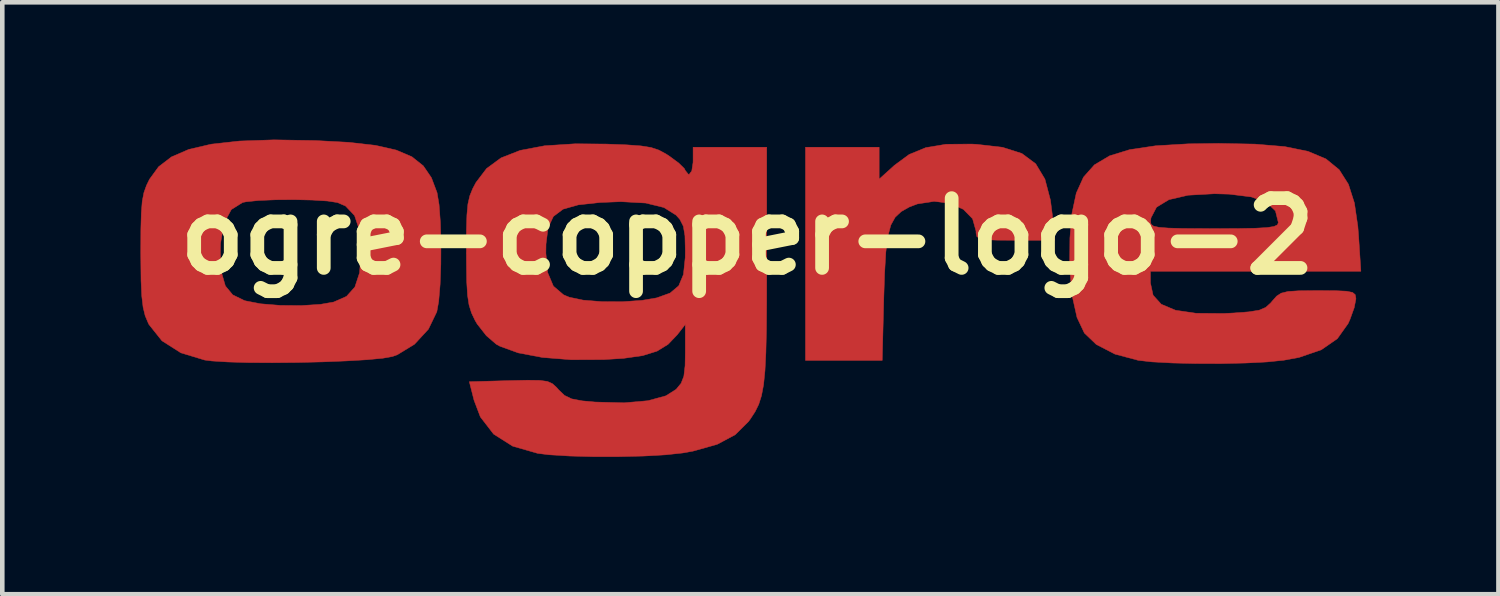
<source format=kicad_pcb>
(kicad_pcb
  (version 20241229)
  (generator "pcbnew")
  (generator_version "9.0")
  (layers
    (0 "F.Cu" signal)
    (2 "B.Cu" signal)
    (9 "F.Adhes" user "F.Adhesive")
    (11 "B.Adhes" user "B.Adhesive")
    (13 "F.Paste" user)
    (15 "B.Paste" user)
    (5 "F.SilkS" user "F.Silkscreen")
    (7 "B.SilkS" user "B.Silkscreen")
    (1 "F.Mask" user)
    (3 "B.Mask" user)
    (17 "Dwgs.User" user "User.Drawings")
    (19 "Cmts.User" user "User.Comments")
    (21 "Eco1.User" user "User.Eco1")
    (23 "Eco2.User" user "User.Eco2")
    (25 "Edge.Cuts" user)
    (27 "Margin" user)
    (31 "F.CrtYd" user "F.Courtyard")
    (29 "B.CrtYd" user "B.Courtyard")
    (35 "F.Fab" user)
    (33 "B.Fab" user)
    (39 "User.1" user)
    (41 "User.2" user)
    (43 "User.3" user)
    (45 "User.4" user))
  (footprint "ogre-copper-logo-2"
    (layer "F.Cu")
    (at 13.275 2.113)
    (property "Reference" "ogre-copper-logo-2" (at 0 0 0) (layer "F.SilkS") (effects (font (size 1.524 1.524) (thickness 0.3))))
    (attr through_hole)
    (fp_poly (pts (xy 5.011 -2.01) (xy 5.575 -1.945) (xy 5.997 -1.81) (xy 6.299 -1.585) (xy 6.5 -1.251) (xy 6.621 -0.791) (xy 6.661 -0.476) (xy 6.713 0.085) (xy 5.854 0.085) (xy 5.467 0.083) (xy 5.218 0.074) (xy 5.077 0.05) (xy 5.013 0.004) (xy 4.996 -0.072) (xy 4.995 -0.118) (xy 4.92 -0.385) (xy 4.719 -0.59) (xy 4.426 -0.721) (xy 4.079 -0.765) (xy 3.712 -0.708) (xy 3.537 -0.641) (xy 3.362 -0.542) (xy 3.23 -0.419) (xy 3.134 -0.246) (xy 3.068 0.000187) (xy 3.025 0.345) (xy 2.998 0.814) (xy 2.981 1.333) (xy 2.946 2.709) (xy 1.27 2.709) (xy 1.27 -1.947) (xy 2.879 -1.947) (xy 2.879 -1.25) (xy 3.213 -1.552) (xy 3.535 -1.789) (xy 3.9 -1.939) (xy 4.343 -2.012) (xy 4.902 -2.016) (xy 5.011 -2.01)) (stroke (width 0.01) (type solid)) (fill yes) (layer "F.Cu"))
    (fp_poly (pts (xy -9.44 -2.093) (xy -8.707 -2.054) (xy -8.124 -1.988) (xy -7.67 -1.885) (xy -7.328 -1.739) (xy -7.078 -1.54) (xy -6.901 -1.281) (xy -6.778 -0.954) (xy -6.777 -0.95) (xy -6.734 -0.693) (xy -6.706 -0.315) (xy -6.693 0.133) (xy -6.695 0.604) (xy -6.711 1.049) (xy -6.742 1.418) (xy -6.783 1.647) (xy -6.967 2.028) (xy -7.271 2.357) (xy -7.646 2.586) (xy -7.751 2.624) (xy -7.963 2.662) (xy -8.311 2.695) (xy -8.76 2.721) (xy -9.277 2.742) (xy -9.828 2.755) (xy -10.379 2.76) (xy -10.897 2.757) (xy -11.347 2.744) (xy -11.697 2.722) (xy -11.853 2.702) (xy -12.375 2.544) (xy -12.788 2.281) (xy -13.072 1.924) (xy -13.088 1.891) (xy -13.154 1.734) (xy -13.199 1.549) (xy -13.228 1.305) (xy -13.244 0.967) (xy -13.249 0.503) (xy -13.25 0.356) (xy -11.513 0.356) (xy -11.488 0.786) (xy -11.402 1.083) (xy -11.241 1.278) (xy -10.989 1.401) (xy -10.963 1.409) (xy -10.632 1.473) (xy -10.203 1.508) (xy -9.744 1.512) (xy -9.324 1.485) (xy -9.037 1.435) (xy -8.756 1.311) (xy -8.573 1.107) (xy -8.471 0.797) (xy -8.437 0.353) (xy -8.437 0.347) (xy -8.469 -0.123) (xy -8.58 -0.455) (xy -8.777 -0.663) (xy -8.955 -0.739) (xy -9.17 -0.772) (xy -9.502 -0.793) (xy -9.897 -0.802) (xy -10.305 -0.799) (xy -10.672 -0.784) (xy -10.947 -0.756) (xy -11.026 -0.74) (xy -11.272 -0.586) (xy -11.433 -0.287) (xy -11.508 0.154) (xy -11.513 0.356) (xy -13.25 0.356) (xy -13.25 0.339) (xy -13.248 -0.153) (xy -13.238 -0.51) (xy -13.218 -0.766) (xy -13.181 -0.956) (xy -13.125 -1.113) (xy -13.059 -1.248) (xy -12.861 -1.52) (xy -12.579 -1.736) (xy -12.2 -1.9) (xy -11.709 -2.014) (xy -11.095 -2.082) (xy -10.342 -2.108) (xy -9.44 -2.093)) (stroke (width 0.01) (type solid)) (fill yes) (layer "F.Cu"))
    (fp_poly (pts (xy 11.09 -2.015) (xy 11.736 -1.961) (xy 12.247 -1.857) (xy 12.639 -1.692) (xy 12.928 -1.456) (xy 13.13 -1.138) (xy 13.261 -0.728) (xy 13.336 -0.215) (xy 13.353 0.004) (xy 13.402 0.762) (xy 8.805 0.762) (xy 8.805 1.016) (xy 8.863 1.285) (xy 9.042 1.483) (xy 9.352 1.614) (xy 9.801 1.68) (xy 10.398 1.685) (xy 10.604 1.675) (xy 10.954 1.649) (xy 11.179 1.613) (xy 11.323 1.552) (xy 11.432 1.454) (xy 11.469 1.41) (xy 11.561 1.306) (xy 11.661 1.241) (xy 11.81 1.204) (xy 12.045 1.189) (xy 12.405 1.185) (xy 12.47 1.185) (xy 12.848 1.187) (xy 13.088 1.198) (xy 13.221 1.225) (xy 13.279 1.274) (xy 13.293 1.353) (xy 13.293 1.37) (xy 13.256 1.559) (xy 13.165 1.812) (xy 13.123 1.905) (xy 12.888 2.235) (xy 12.537 2.478) (xy 12.053 2.644) (xy 11.717 2.706) (xy 11.355 2.743) (xy 10.882 2.767) (xy 10.348 2.779) (xy 9.798 2.778) (xy 9.279 2.766) (xy 8.838 2.742) (xy 8.539 2.708) (xy 8.029 2.572) (xy 7.622 2.361) (xy 7.362 2.112) (xy 7.201 1.771) (xy 7.093 1.287) (xy 7.041 0.678) (xy 7.046 0.036) (xy 7.075 -0.318) (xy 8.808 -0.318) (xy 8.82 -0.263) (xy 8.874 -0.223) (xy 8.993 -0.197) (xy 9.201 -0.181) (xy 9.523 -0.172) (xy 9.98 -0.17) (xy 10.202 -0.169) (xy 10.724 -0.171) (xy 11.1 -0.178) (xy 11.352 -0.192) (xy 11.504 -0.216) (xy 11.579 -0.251) (xy 11.599 -0.3) (xy 11.599 -0.302) (xy 11.536 -0.556) (xy 11.342 -0.741) (xy 11.007 -0.862) (xy 10.526 -0.922) (xy 10.202 -0.931) (xy 9.629 -0.899) (xy 9.209 -0.802) (xy 8.939 -0.638) (xy 8.817 -0.405) (xy 8.808 -0.318) (xy 7.075 -0.318) (xy 7.091 -0.504) (xy 7.185 -0.944) (xy 7.343 -1.294) (xy 7.581 -1.562) (xy 7.913 -1.759) (xy 8.355 -1.895) (xy 8.922 -1.979) (xy 9.63 -2.021) (xy 10.293 -2.03) (xy 11.09 -2.015)) (stroke (width 0.01) (type solid)) (fill yes) (layer "F.Cu"))
    (fp_poly (pts (xy -3.079 -2.016) (xy -2.636 -1.999) (xy -2.324 -1.976) (xy -2.103 -1.941) (xy -1.935 -1.885) (xy -1.78 -1.802) (xy -1.703 -1.752) (xy -1.501 -1.603) (xy -1.375 -1.48) (xy -1.355 -1.438) (xy -1.29 -1.357) (xy -1.27 -1.355) (xy -1.214 -1.429) (xy -1.186 -1.612) (xy -1.185 -1.651) (xy -1.185 -1.947) (xy 0.423 -1.947) (xy 0.423 0.622) (xy 0.422 1.405) (xy 0.417 2.038) (xy 0.405 2.542) (xy 0.385 2.937) (xy 0.354 3.243) (xy 0.309 3.48) (xy 0.249 3.669) (xy 0.17 3.829) (xy 0.072 3.98) (xy 0.026 4.044) (xy -0.264 4.332) (xy -0.661 4.544) (xy -1.188 4.692) (xy -1.413 4.732) (xy -1.785 4.772) (xy -2.268 4.799) (xy -2.812 4.812) (xy -3.369 4.812) (xy -3.891 4.798) (xy -4.33 4.771) (xy -4.58 4.74) (xy -5.126 4.583) (xy -5.543 4.319) (xy -5.832 3.944) (xy -5.97 3.58) (xy -6.073 3.175) (xy -5.194 3.151) (xy -4.799 3.142) (xy -4.535 3.146) (xy -4.367 3.169) (xy -4.256 3.219) (xy -4.165 3.302) (xy -4.122 3.352) (xy -3.993 3.475) (xy -3.837 3.55) (xy -3.603 3.594) (xy -3.327 3.619) (xy -2.692 3.636) (xy -2.17 3.59) (xy -1.779 3.483) (xy -1.555 3.341) (xy -1.447 3.21) (xy -1.387 3.056) (xy -1.36 2.826) (xy -1.355 2.532) (xy -1.355 1.924) (xy -1.531 2.149) (xy -1.732 2.359) (xy -1.972 2.507) (xy -2.286 2.605) (xy -2.707 2.665) (xy -3.144 2.692) (xy -3.845 2.695) (xy -4.475 2.645) (xy -5.005 2.545) (xy -5.405 2.4) (xy -5.485 2.356) (xy -5.701 2.17) (xy -5.901 1.915) (xy -5.949 1.833) (xy -6.026 1.671) (xy -6.079 1.501) (xy -6.112 1.287) (xy -6.13 0.994) (xy -6.136 0.585) (xy -6.137 0.365) (xy -4.401 0.365) (xy -4.362 0.791) (xy -4.237 1.087) (xy -4.016 1.276) (xy -3.892 1.329) (xy -3.588 1.393) (xy -3.18 1.426) (xy -2.73 1.428) (xy -2.3 1.398) (xy -1.982 1.344) (xy -1.688 1.239) (xy -1.499 1.08) (xy -1.396 0.833) (xy -1.357 0.465) (xy -1.355 0.316) (xy -1.363 -0.011) (xy -1.398 -0.221) (xy -1.473 -0.369) (xy -1.556 -0.463) (xy -1.822 -0.63) (xy -2.222 -0.728) (xy -2.762 -0.758) (xy -3.218 -0.74) (xy -3.694 -0.688) (xy -4.025 -0.594) (xy -4.237 -0.435) (xy -4.353 -0.189) (xy -4.398 0.167) (xy -4.401 0.365) (xy -6.137 0.365) (xy -6.137 0.339) (xy -6.136 -0.13) (xy -6.126 -0.466) (xy -6.104 -0.706) (xy -6.063 -0.885) (xy -6 -1.041) (xy -5.927 -1.178) (xy -5.696 -1.482) (xy -5.38 -1.714) (xy -4.962 -1.878) (xy -4.428 -1.979) (xy -3.761 -2.022) (xy -3.079 -2.016)) (stroke (width 0.01) (type solid)) (fill yes) (layer "F.Cu"))
    (fp_poly (pts (xy 4.991 -2.01) (xy 5.555 -1.945) (xy 5.977 -1.81) (xy 6.279 -1.585) (xy 6.48 -1.251) (xy 6.601 -0.791) (xy 6.641 -0.476) (xy 6.693 0.085) (xy 5.834 0.085) (xy 5.447 0.083) (xy 5.198 0.074) (xy 5.057 0.05) (xy 4.993 0.004) (xy 4.976 -0.072) (xy 4.975 -0.118) (xy 4.9 -0.385) (xy 4.699 -0.59) (xy 4.406 -0.721) (xy 4.059 -0.765) (xy 3.692 -0.708) (xy 3.517 -0.641) (xy 3.342 -0.542) (xy 3.21 -0.419) (xy 3.114 -0.246) (xy 3.048 0.000187) (xy 3.005 0.345) (xy 2.978 0.814) (xy 2.961 1.333) (xy 2.926 2.709) (xy 1.25 2.709) (xy 1.25 -1.947) (xy 2.859 -1.947) (xy 2.859 -1.25) (xy 3.193 -1.552) (xy 3.515 -1.789) (xy 3.88 -1.939) (xy 4.323 -2.012) (xy 4.882 -2.016) (xy 4.991 -2.01)) (stroke (width 0.01) (type solid)) (fill yes) (layer "F.Mask"))
    (fp_poly (pts (xy -9.46 -2.093) (xy -8.727 -2.054) (xy -8.144 -1.988) (xy -7.69 -1.885) (xy -7.348 -1.739) (xy -7.098 -1.54) (xy -6.921 -1.281) (xy -6.798 -0.954) (xy -6.797 -0.95) (xy -6.754 -0.693) (xy -6.726 -0.315) (xy -6.713 0.133) (xy -6.715 0.604) (xy -6.731 1.049) (xy -6.762 1.418) (xy -6.803 1.647) (xy -6.987 2.028) (xy -7.291 2.357) (xy -7.666 2.586) (xy -7.771 2.624) (xy -7.983 2.662) (xy -8.331 2.695) (xy -8.78 2.721) (xy -9.297 2.742) (xy -9.848 2.755) (xy -10.399 2.76) (xy -10.917 2.757) (xy -11.367 2.744) (xy -11.717 2.722) (xy -11.873 2.702) (xy -12.395 2.544) (xy -12.808 2.281) (xy -13.092 1.924) (xy -13.108 1.891) (xy -13.174 1.734) (xy -13.219 1.549) (xy -13.248 1.305) (xy -13.264 0.967) (xy -13.269 0.503) (xy -13.27 0.356) (xy -11.533 0.356) (xy -11.508 0.786) (xy -11.422 1.083) (xy -11.261 1.278) (xy -11.009 1.401) (xy -10.983 1.409) (xy -10.652 1.473) (xy -10.223 1.508) (xy -9.764 1.512) (xy -9.344 1.485) (xy -9.057 1.435) (xy -8.776 1.311) (xy -8.593 1.107) (xy -8.491 0.797) (xy -8.457 0.353) (xy -8.457 0.347) (xy -8.489 -0.123) (xy -8.6 -0.455) (xy -8.797 -0.663) (xy -8.975 -0.739) (xy -9.19 -0.772) (xy -9.522 -0.793) (xy -9.917 -0.802) (xy -10.325 -0.799) (xy -10.692 -0.784) (xy -10.967 -0.756) (xy -11.046 -0.74) (xy -11.292 -0.586) (xy -11.453 -0.287) (xy -11.528 0.154) (xy -11.533 0.356) (xy -13.27 0.356) (xy -13.27 0.339) (xy -13.268 -0.153) (xy -13.258 -0.51) (xy -13.238 -0.766) (xy -13.201 -0.956) (xy -13.145 -1.113) (xy -13.079 -1.248) (xy -12.881 -1.52) (xy -12.599 -1.736) (xy -12.22 -1.9) (xy -11.729 -2.014) (xy -11.115 -2.082) (xy -10.362 -2.108) (xy -9.46 -2.093)) (stroke (width 0.01) (type solid)) (fill yes) (layer "F.Mask"))
    (fp_poly (pts (xy 11.07 -2.015) (xy 11.716 -1.961) (xy 12.227 -1.857) (xy 12.619 -1.692) (xy 12.908 -1.456) (xy 13.11 -1.138) (xy 13.241 -0.728) (xy 13.316 -0.215) (xy 13.333 0.004) (xy 13.382 0.762) (xy 8.785 0.762) (xy 8.785 1.016) (xy 8.843 1.285) (xy 9.022 1.483) (xy 9.332 1.614) (xy 9.781 1.68) (xy 10.378 1.685) (xy 10.584 1.675) (xy 10.934 1.649) (xy 11.159 1.613) (xy 11.303 1.552) (xy 11.412 1.454) (xy 11.449 1.41) (xy 11.541 1.306) (xy 11.641 1.241) (xy 11.79 1.204) (xy 12.025 1.189) (xy 12.385 1.185) (xy 12.45 1.185) (xy 12.828 1.187) (xy 13.068 1.198) (xy 13.201 1.225) (xy 13.259 1.274) (xy 13.273 1.353) (xy 13.273 1.37) (xy 13.236 1.559) (xy 13.145 1.812) (xy 13.103 1.905) (xy 12.868 2.235) (xy 12.517 2.478) (xy 12.033 2.644) (xy 11.697 2.706) (xy 11.335 2.743) (xy 10.862 2.767) (xy 10.328 2.779) (xy 9.778 2.778) (xy 9.259 2.766) (xy 8.818 2.742) (xy 8.519 2.708) (xy 8.009 2.572) (xy 7.602 2.361) (xy 7.342 2.112) (xy 7.181 1.771) (xy 7.073 1.287) (xy 7.021 0.678) (xy 7.026 0.036) (xy 7.055 -0.318) (xy 8.788 -0.318) (xy 8.8 -0.263) (xy 8.854 -0.223) (xy 8.973 -0.197) (xy 9.181 -0.181) (xy 9.503 -0.172) (xy 9.96 -0.17) (xy 10.182 -0.169) (xy 10.704 -0.171) (xy 11.08 -0.178) (xy 11.332 -0.192) (xy 11.484 -0.216) (xy 11.559 -0.251) (xy 11.579 -0.3) (xy 11.579 -0.302) (xy 11.516 -0.556) (xy 11.322 -0.741) (xy 10.987 -0.862) (xy 10.506 -0.922) (xy 10.182 -0.931) (xy 9.609 -0.899) (xy 9.189 -0.802) (xy 8.919 -0.638) (xy 8.797 -0.405) (xy 8.788 -0.318) (xy 7.055 -0.318) (xy 7.071 -0.504) (xy 7.165 -0.944) (xy 7.323 -1.294) (xy 7.561 -1.562) (xy 7.893 -1.759) (xy 8.335 -1.895) (xy 8.902 -1.979) (xy 9.61 -2.021) (xy 10.273 -2.03) (xy 11.07 -2.015)) (stroke (width 0.01) (type solid)) (fill yes) (layer "F.Mask"))
    (fp_poly (pts (xy -3.099 -2.016) (xy -2.656 -1.999) (xy -2.344 -1.976) (xy -2.123 -1.941) (xy -1.955 -1.885) (xy -1.8 -1.802) (xy -1.723 -1.752) (xy -1.521 -1.603) (xy -1.395 -1.48) (xy -1.375 -1.438) (xy -1.31 -1.357) (xy -1.29 -1.355) (xy -1.234 -1.429) (xy -1.206 -1.612) (xy -1.205 -1.651) (xy -1.205 -1.947) (xy 0.403 -1.947) (xy 0.403 0.622) (xy 0.402 1.405) (xy 0.397 2.038) (xy 0.385 2.542) (xy 0.365 2.937) (xy 0.334 3.243) (xy 0.289 3.48) (xy 0.229 3.669) (xy 0.15 3.829) (xy 0.052 3.98) (xy 0.006 4.044) (xy -0.284 4.332) (xy -0.681 4.544) (xy -1.208 4.692) (xy -1.433 4.732) (xy -1.805 4.772) (xy -2.288 4.799) (xy -2.832 4.812) (xy -3.389 4.812) (xy -3.911 4.798) (xy -4.35 4.771) (xy -4.6 4.74) (xy -5.146 4.583) (xy -5.563 4.319) (xy -5.852 3.944) (xy -5.99 3.58) (xy -6.093 3.175) (xy -5.214 3.151) (xy -4.819 3.142) (xy -4.555 3.146) (xy -4.387 3.169) (xy -4.276 3.219) (xy -4.185 3.302) (xy -4.142 3.352) (xy -4.013 3.475) (xy -3.857 3.55) (xy -3.623 3.594) (xy -3.347 3.619) (xy -2.712 3.636) (xy -2.19 3.59) (xy -1.799 3.483) (xy -1.575 3.341) (xy -1.467 3.21) (xy -1.407 3.056) (xy -1.38 2.826) (xy -1.375 2.532) (xy -1.375 1.924) (xy -1.551 2.149) (xy -1.752 2.359) (xy -1.992 2.507) (xy -2.306 2.605) (xy -2.727 2.665) (xy -3.164 2.692) (xy -3.865 2.695) (xy -4.495 2.645) (xy -5.025 2.545) (xy -5.425 2.4) (xy -5.505 2.356) (xy -5.721 2.17) (xy -5.921 1.915) (xy -5.969 1.833) (xy -6.046 1.671) (xy -6.099 1.501) (xy -6.132 1.287) (xy -6.15 0.994) (xy -6.156 0.585) (xy -6.157 0.365) (xy -4.421 0.365) (xy -4.382 0.791) (xy -4.257 1.087) (xy -4.036 1.276) (xy -3.912 1.329) (xy -3.608 1.393) (xy -3.2 1.426) (xy -2.75 1.428) (xy -2.32 1.398) (xy -2.002 1.344) (xy -1.708 1.239) (xy -1.519 1.08) (xy -1.416 0.833) (xy -1.377 0.465) (xy -1.375 0.316) (xy -1.383 -0.011) (xy -1.418 -0.221) (xy -1.493 -0.369) (xy -1.576 -0.463) (xy -1.842 -0.63) (xy -2.242 -0.728) (xy -2.782 -0.758) (xy -3.238 -0.74) (xy -3.714 -0.688) (xy -4.045 -0.594) (xy -4.257 -0.435) (xy -4.373 -0.189) (xy -4.418 0.167) (xy -4.421 0.365) (xy -6.157 0.365) (xy -6.157 0.339) (xy -6.156 -0.13) (xy -6.146 -0.466) (xy -6.124 -0.706) (xy -6.083 -0.885) (xy -6.02 -1.041) (xy -5.947 -1.178) (xy -5.716 -1.482) (xy -5.4 -1.714) (xy -4.982 -1.878) (xy -4.448 -1.979) (xy -3.781 -2.022) (xy -3.099 -2.016)) (stroke (width 0.01) (type solid)) (fill yes) (layer "F.Mask")))
  (gr_rect
    (start -3 -3)
    (end 29.682 9.93)
    (stroke (width 0.1) (type default))
    (fill no)
    (layer "Edge.Cuts")))
</source>
